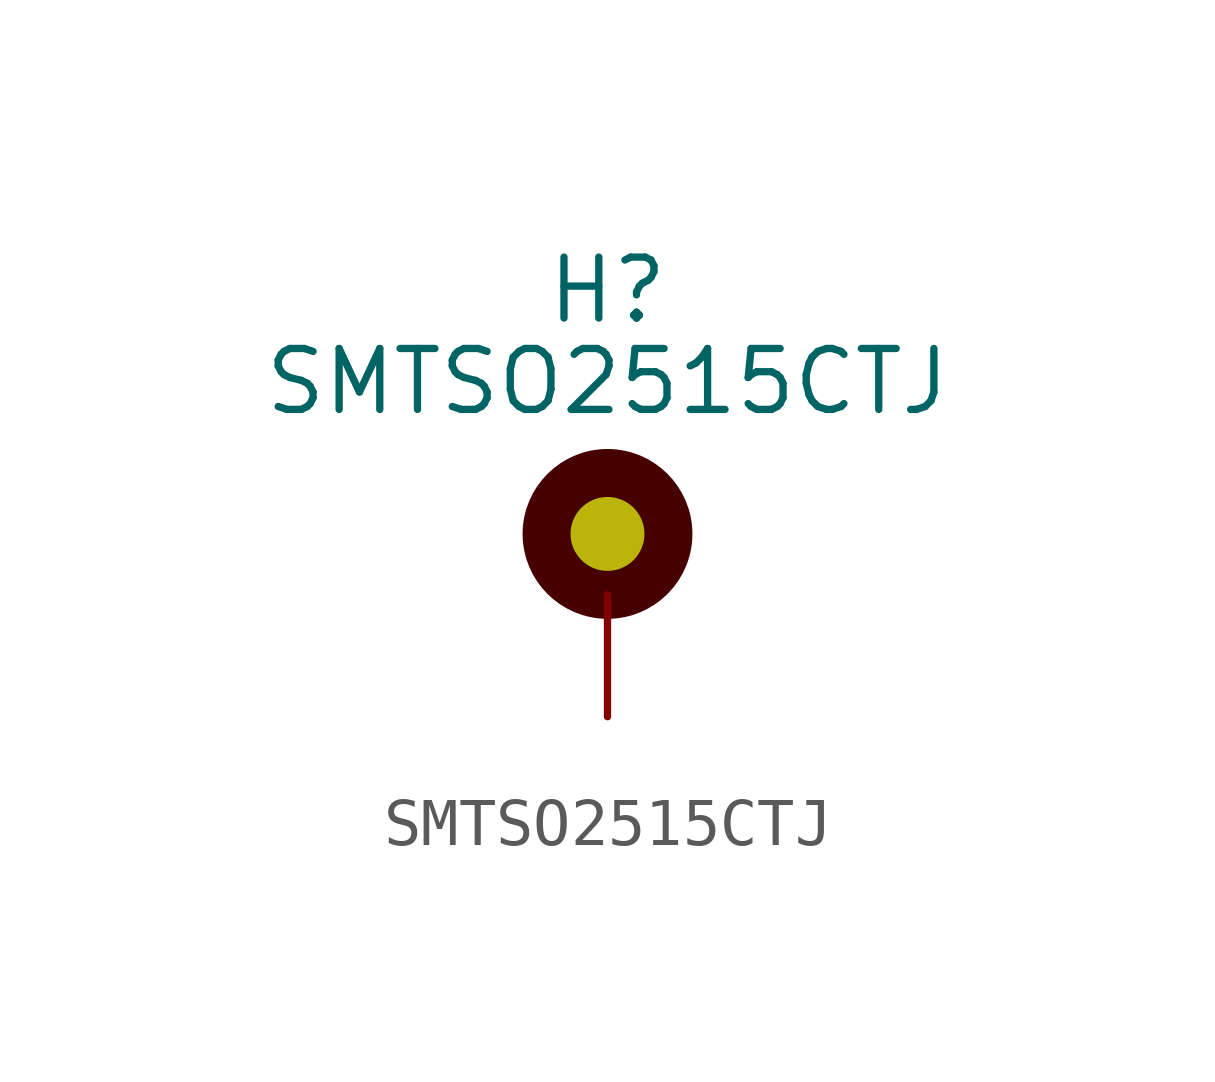
<source format=kicad_sym>
(kicad_symbol_lib
  (version 20231120)
  (generator "kicad_symbol_editor")
  (generator_version "8.0")
  (symbol "SMTSO2515CTJ"
    (pin_numbers hide)
    (pin_names
      (offset 1.016) hide)
    (property "Reference" "H"
      (at 0 6.35 0)
      (effects (font (size 1.27 1.27))))
    (property "Value" "SMTSO2515CTJ"
      (at 0 4.445 0)
      (effects (font (size 1.27 1.27))))
    (symbol "SMTSO2515CTJ_1_1"
      (circle (center 0 1.27) (radius 1.27) (stroke (width 1) (type default) (color 70 0 0 1)) (fill (type color) (color 187 181 11 1)))
      (pin input line (at 0 -2.54 90) (length 2.54) (name "1" (effects (font (size 1.27 1.27)))) (number "1" (effects (font (size 1.27 1.27))))))))
</source>
